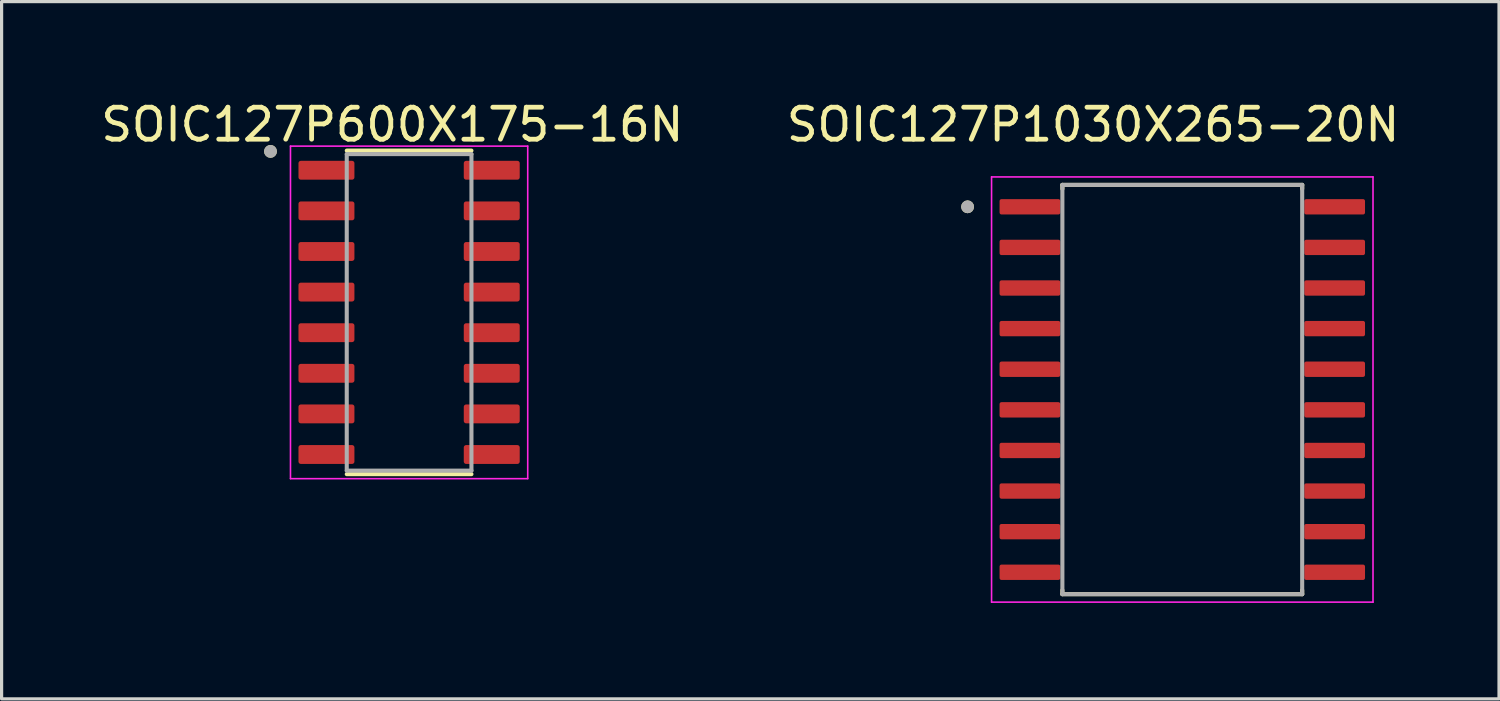
<source format=kicad_pcb>
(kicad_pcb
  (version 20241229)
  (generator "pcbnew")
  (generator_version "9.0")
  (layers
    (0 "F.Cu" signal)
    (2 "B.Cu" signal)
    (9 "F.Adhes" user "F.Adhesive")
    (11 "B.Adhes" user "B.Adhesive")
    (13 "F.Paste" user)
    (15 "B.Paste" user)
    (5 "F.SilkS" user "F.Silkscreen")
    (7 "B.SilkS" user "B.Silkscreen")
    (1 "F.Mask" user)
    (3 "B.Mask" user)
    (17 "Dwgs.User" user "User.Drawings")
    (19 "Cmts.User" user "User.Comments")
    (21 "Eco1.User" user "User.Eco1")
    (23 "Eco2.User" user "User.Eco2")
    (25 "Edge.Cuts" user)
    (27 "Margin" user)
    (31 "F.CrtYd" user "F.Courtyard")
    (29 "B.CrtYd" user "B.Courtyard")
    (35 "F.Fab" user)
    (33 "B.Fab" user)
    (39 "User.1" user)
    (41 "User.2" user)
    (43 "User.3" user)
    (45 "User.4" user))
  (footprint "SOIC127P1030X265-20N"
    (layer "F.Cu")
    (at 33.927 9.133)
    (property "Reference" "SOIC127P1030X265-20N" (at -2.79 -8.285 0) (layer "F.SilkS") (effects (font (size 1 1) (thickness 0.15))))
    (attr smd)
    (fp_line (start -3.75 -6.4) (end -3.75 -6.275) (stroke (width 0.127) (type solid)) (layer "F.SilkS"))
    (fp_line (start -3.75 6.4) (end -3.75 6.275) (stroke (width 0.127) (type solid)) (layer "F.SilkS"))
    (fp_line (start -3.75 6.4) (end 3.75 6.4) (stroke (width 0.127) (type solid)) (layer "F.SilkS"))
    (fp_line (start 3.75 -6.4) (end -3.75 -6.4) (stroke (width 0.127) (type solid)) (layer "F.SilkS"))
    (fp_line (start 3.75 -6.275) (end 3.75 -6.4) (stroke (width 0.127) (type solid)) (layer "F.SilkS"))
    (fp_line (start 3.75 6.4) (end 3.75 6.275) (stroke (width 0.127) (type solid)) (layer "F.SilkS"))
    (fp_circle (center -6.715 -5.715) (end -6.615 -5.715) (stroke (width 0.2) (type solid)) (fill no) (layer "F.SilkS"))
    (fp_line (start -5.965 -6.65) (end -5.965 6.65) (stroke (width 0.05) (type solid)) (layer "F.CrtYd"))
    (fp_line (start -5.965 6.65) (end 5.965 6.65) (stroke (width 0.05) (type solid)) (layer "F.CrtYd"))
    (fp_line (start 5.965 -6.65) (end -5.965 -6.65) (stroke (width 0.05) (type solid)) (layer "F.CrtYd"))
    (fp_line (start 5.965 6.65) (end 5.965 -6.65) (stroke (width 0.05) (type solid)) (layer "F.CrtYd"))
    (fp_line (start -3.75 -6.4) (end -3.75 6.4) (stroke (width 0.127) (type solid)) (layer "F.Fab"))
    (fp_line (start -3.75 6.4) (end 3.75 6.4) (stroke (width 0.127) (type solid)) (layer "F.Fab"))
    (fp_line (start 3.75 -6.4) (end -3.75 -6.4) (stroke (width 0.127) (type solid)) (layer "F.Fab"))
    (fp_line (start 3.75 6.4) (end 3.75 -6.4) (stroke (width 0.127) (type solid)) (layer "F.Fab"))
    (fp_circle (center -6.715 -5.715) (end -6.615 -5.715) (stroke (width 0.2) (type solid)) (fill no) (layer "F.Fab"))
    (pad "1" smd roundrect (at -4.765 -5.715) (size 1.9 0.48) (layers "F.Cu" "F.Mask" "F.Paste") (roundrect_rratio 0.125))
    (pad "2" smd roundrect (at -4.765 -4.445) (size 1.9 0.48) (layers "F.Cu" "F.Mask" "F.Paste") (roundrect_rratio 0.125))
    (pad "3" smd roundrect (at -4.765 -3.175) (size 1.9 0.48) (layers "F.Cu" "F.Mask" "F.Paste") (roundrect_rratio 0.125))
    (pad "4" smd roundrect (at -4.765 -1.905) (size 1.9 0.48) (layers "F.Cu" "F.Mask" "F.Paste") (roundrect_rratio 0.125))
    (pad "5" smd roundrect (at -4.765 -0.635) (size 1.9 0.48) (layers "F.Cu" "F.Mask" "F.Paste") (roundrect_rratio 0.125))
    (pad "6" smd roundrect (at -4.765 0.635) (size 1.9 0.48) (layers "F.Cu" "F.Mask" "F.Paste") (roundrect_rratio 0.125))
    (pad "7" smd roundrect (at -4.765 1.905) (size 1.9 0.48) (layers "F.Cu" "F.Mask" "F.Paste") (roundrect_rratio 0.125))
    (pad "8" smd roundrect (at -4.765 3.175) (size 1.9 0.48) (layers "F.Cu" "F.Mask" "F.Paste") (roundrect_rratio 0.125))
    (pad "9" smd roundrect (at -4.765 4.445) (size 1.9 0.48) (layers "F.Cu" "F.Mask" "F.Paste") (roundrect_rratio 0.125))
    (pad "10" smd roundrect (at -4.765 5.715) (size 1.9 0.48) (layers "F.Cu" "F.Mask" "F.Paste") (roundrect_rratio 0.125))
    (pad "11" smd roundrect (at 4.765 5.715) (size 1.9 0.48) (layers "F.Cu" "F.Mask" "F.Paste") (roundrect_rratio 0.125))
    (pad "12" smd roundrect (at 4.765 4.445) (size 1.9 0.48) (layers "F.Cu" "F.Mask" "F.Paste") (roundrect_rratio 0.125))
    (pad "13" smd roundrect (at 4.765 3.175) (size 1.9 0.48) (layers "F.Cu" "F.Mask" "F.Paste") (roundrect_rratio 0.125))
    (pad "14" smd roundrect (at 4.765 1.905) (size 1.9 0.48) (layers "F.Cu" "F.Mask" "F.Paste") (roundrect_rratio 0.125))
    (pad "15" smd roundrect (at 4.765 0.635) (size 1.9 0.48) (layers "F.Cu" "F.Mask" "F.Paste") (roundrect_rratio 0.125))
    (pad "16" smd roundrect (at 4.765 -0.635) (size 1.9 0.48) (layers "F.Cu" "F.Mask" "F.Paste") (roundrect_rratio 0.125))
    (pad "17" smd roundrect (at 4.765 -1.905) (size 1.9 0.48) (layers "F.Cu" "F.Mask" "F.Paste") (roundrect_rratio 0.125))
    (pad "18" smd roundrect (at 4.765 -3.175) (size 1.9 0.48) (layers "F.Cu" "F.Mask" "F.Paste") (roundrect_rratio 0.125))
    (pad "19" smd roundrect (at 4.765 -4.445) (size 1.9 0.48) (layers "F.Cu" "F.Mask" "F.Paste") (roundrect_rratio 0.125))
    (pad "20" smd roundrect (at 4.765 -5.715) (size 1.9 0.48) (layers "F.Cu" "F.Mask" "F.Paste") (roundrect_rratio 0.125)))
  (footprint "SOIC127P600X175-16N"
    (layer "F.Cu")
    (at 9.745 6.72)
    (property "Reference" "SOIC127P600X175-16N" (at -0.525 -5.872 0) (layer "F.SilkS") (effects (font (size 1 1) (thickness 0.15))))
    (attr smd)
    (fp_line (start -1.95 -5.06) (end 1.95 -5.06) (stroke (width 0.127) (type solid)) (layer "F.SilkS"))
    (fp_line (start -1.95 5.06) (end 1.95 5.06) (stroke (width 0.127) (type solid)) (layer "F.SilkS"))
    (fp_circle (center -4.335 -5.035) (end -4.235 -5.035) (stroke (width 0.2) (type solid)) (fill no) (layer "F.SilkS"))
    (fp_line (start -3.71 -5.2) (end -3.71 5.2) (stroke (width 0.05) (type solid)) (layer "F.CrtYd"))
    (fp_line (start -3.71 -5.2) (end 3.71 -5.2) (stroke (width 0.05) (type solid)) (layer "F.CrtYd"))
    (fp_line (start -3.71 5.2) (end 3.71 5.2) (stroke (width 0.05) (type solid)) (layer "F.CrtYd"))
    (fp_line (start 3.71 -5.2) (end 3.71 5.2) (stroke (width 0.05) (type solid)) (layer "F.CrtYd"))
    (fp_line (start -1.95 -4.95) (end -1.95 4.95) (stroke (width 0.127) (type solid)) (layer "F.Fab"))
    (fp_line (start -1.95 -4.95) (end 1.95 -4.95) (stroke (width 0.127) (type solid)) (layer "F.Fab"))
    (fp_line (start -1.95 4.95) (end 1.95 4.95) (stroke (width 0.127) (type solid)) (layer "F.Fab"))
    (fp_line (start 1.95 -4.95) (end 1.95 4.95) (stroke (width 0.127) (type solid)) (layer "F.Fab"))
    (fp_circle (center -4.335 -5.035) (end -4.235 -5.035) (stroke (width 0.2) (type solid)) (fill no) (layer "F.Fab"))
    (pad "1" smd roundrect (at -2.585 -4.445) (size 1.75 0.59) (layers "F.Cu" "F.Mask" "F.Paste") (roundrect_rratio 0.125))
    (pad "2" smd roundrect (at -2.585 -3.175) (size 1.75 0.59) (layers "F.Cu" "F.Mask" "F.Paste") (roundrect_rratio 0.125))
    (pad "3" smd roundrect (at -2.585 -1.905) (size 1.75 0.59) (layers "F.Cu" "F.Mask" "F.Paste") (roundrect_rratio 0.125))
    (pad "4" smd roundrect (at -2.585 -0.635) (size 1.75 0.59) (layers "F.Cu" "F.Mask" "F.Paste") (roundrect_rratio 0.125))
    (pad "5" smd roundrect (at -2.585 0.635) (size 1.75 0.59) (layers "F.Cu" "F.Mask" "F.Paste") (roundrect_rratio 0.125))
    (pad "6" smd roundrect (at -2.585 1.905) (size 1.75 0.59) (layers "F.Cu" "F.Mask" "F.Paste") (roundrect_rratio 0.125))
    (pad "7" smd roundrect (at -2.585 3.175) (size 1.75 0.59) (layers "F.Cu" "F.Mask" "F.Paste") (roundrect_rratio 0.125))
    (pad "8" smd roundrect (at -2.585 4.445) (size 1.75 0.59) (layers "F.Cu" "F.Mask" "F.Paste") (roundrect_rratio 0.125))
    (pad "9" smd roundrect (at 2.585 4.445) (size 1.75 0.59) (layers "F.Cu" "F.Mask" "F.Paste") (roundrect_rratio 0.125))
    (pad "10" smd roundrect (at 2.585 3.175) (size 1.75 0.59) (layers "F.Cu" "F.Mask" "F.Paste") (roundrect_rratio 0.125))
    (pad "11" smd roundrect (at 2.585 1.905) (size 1.75 0.59) (layers "F.Cu" "F.Mask" "F.Paste") (roundrect_rratio 0.125))
    (pad "12" smd roundrect (at 2.585 0.635) (size 1.75 0.59) (layers "F.Cu" "F.Mask" "F.Paste") (roundrect_rratio 0.125))
    (pad "13" smd roundrect (at 2.585 -0.635) (size 1.75 0.59) (layers "F.Cu" "F.Mask" "F.Paste") (roundrect_rratio 0.125))
    (pad "14" smd roundrect (at 2.585 -1.905) (size 1.75 0.59) (layers "F.Cu" "F.Mask" "F.Paste") (roundrect_rratio 0.125))
    (pad "15" smd roundrect (at 2.585 -3.175) (size 1.75 0.59) (layers "F.Cu" "F.Mask" "F.Paste") (roundrect_rratio 0.125))
    (pad "16" smd roundrect (at 2.585 -4.445) (size 1.75 0.59) (layers "F.Cu" "F.Mask" "F.Paste") (roundrect_rratio 0.125)))
  (gr_rect
    (start -3 -3)
    (end 43.833 18.808)
    (stroke (width 0.1) (type default))
    (fill no)
    (layer "Edge.Cuts")))
</source>
